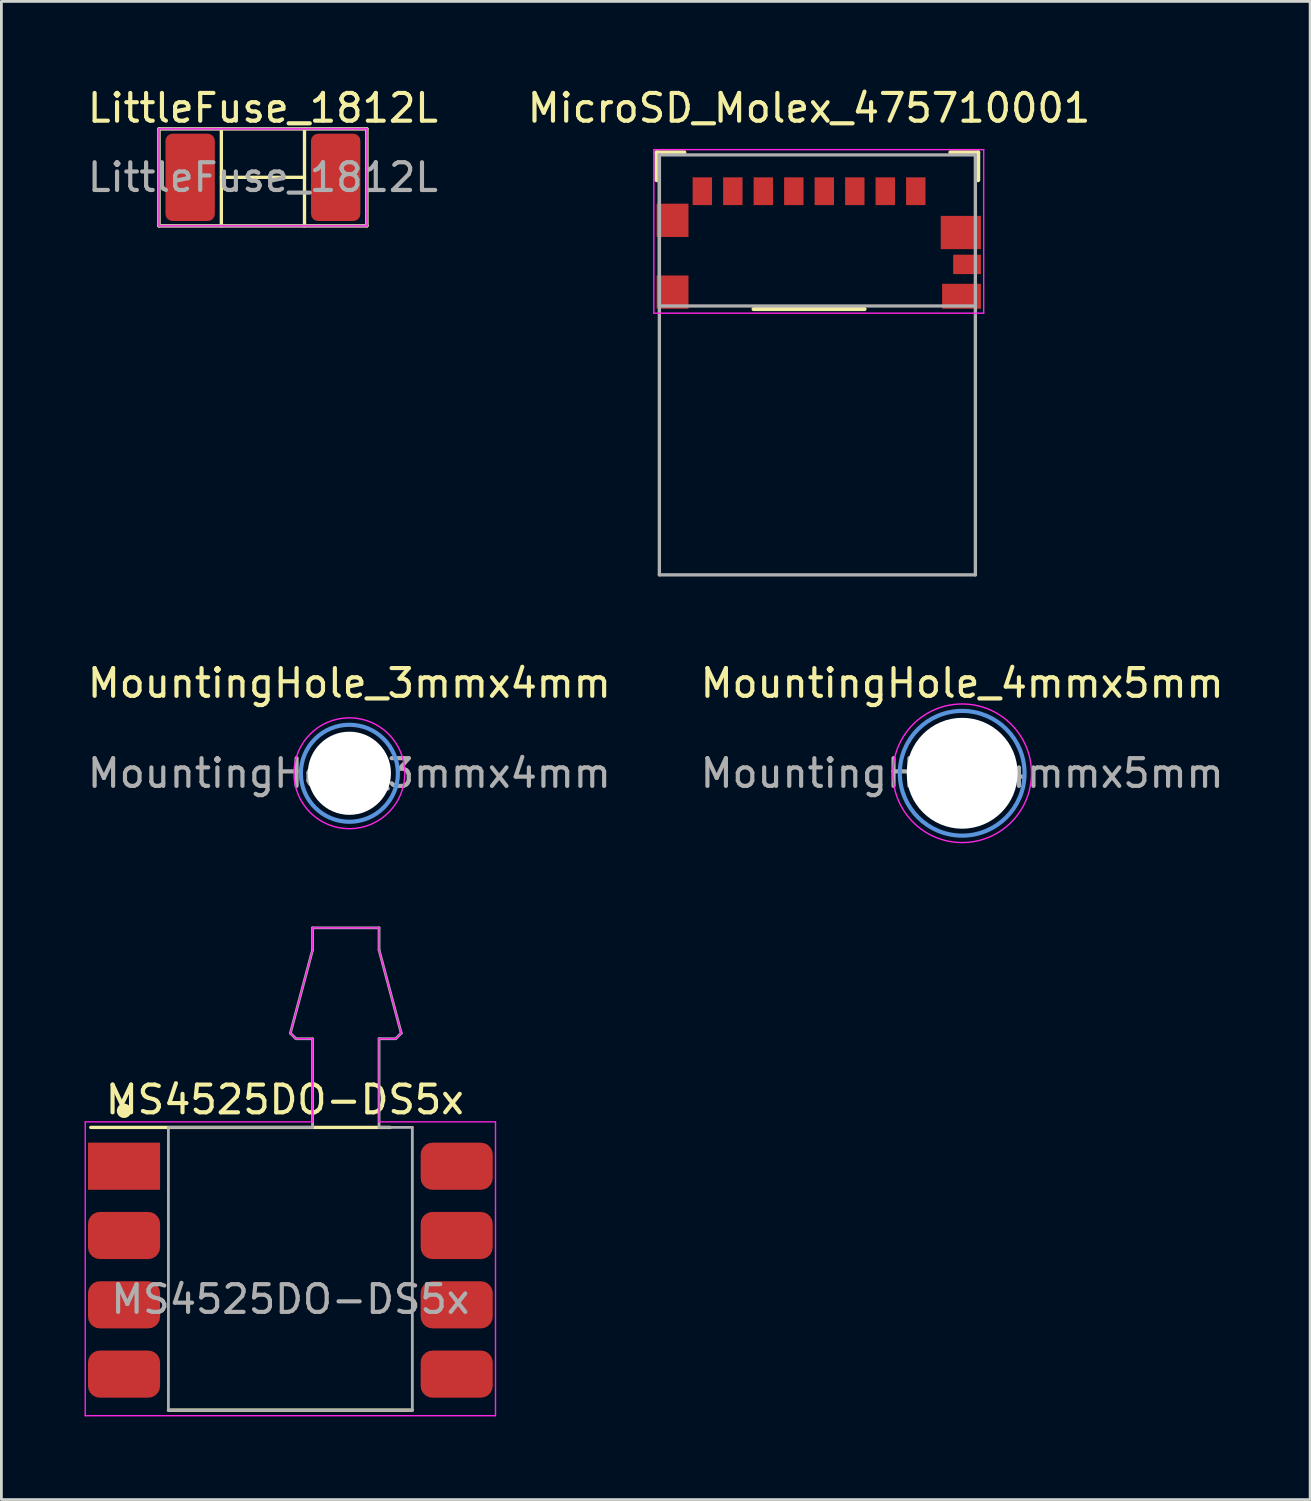
<source format=kicad_pcb>
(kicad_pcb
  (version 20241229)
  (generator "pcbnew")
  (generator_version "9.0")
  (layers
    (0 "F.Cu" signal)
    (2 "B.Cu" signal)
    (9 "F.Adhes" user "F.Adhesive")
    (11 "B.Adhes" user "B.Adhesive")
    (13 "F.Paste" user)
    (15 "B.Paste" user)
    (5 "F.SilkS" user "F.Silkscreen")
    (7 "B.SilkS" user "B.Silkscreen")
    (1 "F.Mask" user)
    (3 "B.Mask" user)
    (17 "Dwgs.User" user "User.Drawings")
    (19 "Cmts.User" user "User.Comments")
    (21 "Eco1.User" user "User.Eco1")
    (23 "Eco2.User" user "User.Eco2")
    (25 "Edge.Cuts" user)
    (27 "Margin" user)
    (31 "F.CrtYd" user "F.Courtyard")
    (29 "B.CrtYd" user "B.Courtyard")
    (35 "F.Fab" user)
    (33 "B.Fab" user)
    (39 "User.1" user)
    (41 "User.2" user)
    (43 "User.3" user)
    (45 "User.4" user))
  (footprint "MS4525DO-DS5x"
    (layer "F.Cu")
    (at 7.425 42.822)
    (property "Reference" "MS4525DO-DS5x" (at -0.2 -6.2 0) (unlocked yes) (layer "F.SilkS") (effects (font (size 1 1) (thickness 0.15))))
    (attr smd)
    (fp_line (start -7.2 -5.2) (end 3.6 -5.2) (stroke (width 0.12) (type solid)) (layer "F.SilkS"))
    (fp_line (start -4.4 5) (end 4.4 5) (stroke (width 0.12) (type solid)) (layer "F.SilkS"))
    (fp_circle (center -6 -5.8) (end -5.8 -5.8) (stroke (width 0.12) (type solid)) (fill yes) (layer "F.SilkS"))
    (fp_line (start -7.4 -5.4) (end -7.4 5.2) (stroke (width 0.05) (type solid)) (layer "F.CrtYd"))
    (fp_line (start -7.4 5.2) (end 7.4 5.2) (stroke (width 0.05) (type solid)) (layer "F.CrtYd"))
    (fp_line (start 0 -8.6) (end 0.2 -8.4) (stroke (width 0.05) (type solid)) (layer "F.CrtYd"))
    (fp_line (start 0.2 -8.4) (end 0.8 -8.4) (stroke (width 0.05) (type solid)) (layer "F.CrtYd"))
    (fp_line (start 0.8 -12.4) (end 0.8 -11.6) (stroke (width 0.05) (type solid)) (layer "F.CrtYd"))
    (fp_line (start 0.8 -11.6) (end 0 -8.6) (stroke (width 0.05) (type solid)) (layer "F.CrtYd"))
    (fp_line (start 0.8 -8.4) (end 0.8 -5.4) (stroke (width 0.05) (type solid)) (layer "F.CrtYd"))
    (fp_line (start 0.8 -5.4) (end -7.4 -5.4) (stroke (width 0.05) (type solid)) (layer "F.CrtYd"))
    (fp_line (start 3.2 -12.4) (end 0.8 -12.4) (stroke (width 0.05) (type solid)) (layer "F.CrtYd"))
    (fp_line (start 3.2 -11.6) (end 3.2 -12.4) (stroke (width 0.05) (type solid)) (layer "F.CrtYd"))
    (fp_line (start 3.2 -8.4) (end 3.8 -8.4) (stroke (width 0.05) (type solid)) (layer "F.CrtYd"))
    (fp_line (start 3.2 -5.4) (end 3.2 -8.4) (stroke (width 0.05) (type solid)) (layer "F.CrtYd"))
    (fp_line (start 3.8 -8.4) (end 4 -8.6) (stroke (width 0.05) (type solid)) (layer "F.CrtYd"))
    (fp_line (start 4 -8.6) (end 3.2 -11.6) (stroke (width 0.05) (type solid)) (layer "F.CrtYd"))
    (fp_line (start 7.4 -5.4) (end 3.2 -5.4) (stroke (width 0.05) (type solid)) (layer "F.CrtYd"))
    (fp_line (start 7.4 5.2) (end 7.4 -5.4) (stroke (width 0.05) (type solid)) (layer "F.CrtYd"))
    (fp_line (start -4.4 -5.2) (end 0.8 -5.2) (stroke (width 0.1) (type solid)) (layer "F.Fab"))
    (fp_line (start -4.4 5) (end -4.4 -5.2) (stroke (width 0.1) (type solid)) (layer "F.Fab"))
    (fp_line (start 0 -8.6) (end 0.8 -11.6) (stroke (width 0.1) (type solid)) (layer "F.Fab"))
    (fp_line (start 0.2 -8.4) (end 0 -8.6) (stroke (width 0.1) (type solid)) (layer "F.Fab"))
    (fp_line (start 0.8 -12.4) (end 3.2 -12.4) (stroke (width 0.1) (type solid)) (layer "F.Fab"))
    (fp_line (start 0.8 -11.6) (end 0.8 -12.4) (stroke (width 0.1) (type solid)) (layer "F.Fab"))
    (fp_line (start 0.8 -8.4) (end 0.2 -8.4) (stroke (width 0.1) (type solid)) (layer "F.Fab"))
    (fp_line (start 0.8 -5.2) (end 0.8 -8.4) (stroke (width 0.1) (type solid)) (layer "F.Fab"))
    (fp_line (start 3.2 -12.4) (end 3.2 -11.6) (stroke (width 0.1) (type solid)) (layer "F.Fab"))
    (fp_line (start 3.2 -11.6) (end 4 -8.6) (stroke (width 0.1) (type solid)) (layer "F.Fab"))
    (fp_line (start 3.2 -8.4) (end 3.2 -5.2) (stroke (width 0.1) (type solid)) (layer "F.Fab"))
    (fp_line (start 3.2 -5.2) (end 4.4 -5.2) (stroke (width 0.1) (type solid)) (layer "F.Fab"))
    (fp_line (start 3.8 -8.4) (end 3.2 -8.4) (stroke (width 0.1) (type solid)) (layer "F.Fab"))
    (fp_line (start 4 -8.6) (end 3.8 -8.4) (stroke (width 0.1) (type solid)) (layer "F.Fab"))
    (fp_line (start 4.4 -5.2) (end 4.4 5) (stroke (width 0.1) (type solid)) (layer "F.Fab"))
    (fp_line (start 4.4 5) (end -4.4 5) (stroke (width 0.1) (type solid)) (layer "F.Fab"))
    (fp_text user "${REFERENCE}" (at 0 1 0) (unlocked yes) (layer "F.Fab") (effects (font (size 1 1) (thickness 0.15))))
    (pad "1" smd rect (at -6 -3.8) (size 2.6 1.7) (layers "F.Cu" "F.Mask" "F.Paste"))
    (pad "2" smd roundrect (at -6 -1.3) (size 2.6 1.7) (layers "F.Cu" "F.Mask" "F.Paste") (roundrect_rratio 0.25))
    (pad "3" smd roundrect (at -6 1.2) (size 2.6 1.7) (layers "F.Cu" "F.Mask" "F.Paste") (roundrect_rratio 0.25))
    (pad "4" smd roundrect (at -6 3.7) (size 2.6 1.7) (layers "F.Cu" "F.Mask" "F.Paste") (roundrect_rratio 0.25))
    (pad "5" smd roundrect (at 6 3.7) (size 2.6 1.7) (layers "F.Cu" "F.Mask" "F.Paste") (roundrect_rratio 0.25))
    (pad "6" smd roundrect (at 6 1.2) (size 2.6 1.7) (layers "F.Cu" "F.Mask" "F.Paste") (roundrect_rratio 0.25))
    (pad "7" smd roundrect (at 6 -1.3) (size 2.6 1.7) (layers "F.Cu" "F.Mask" "F.Paste") (roundrect_rratio 0.25))
    (pad "8" smd roundrect (at 6 -3.8) (size 2.6 1.7) (layers "F.Cu" "F.Mask" "F.Paste") (roundrect_rratio 0.25)))
  (footprint "MicroSD_Molex_475710001"
    (layer "F.Cu")
    (at 26.137 3.848)
    (property "Reference" "MicroSD_Molex_475710001" (at 0 -3 0) (layer "F.SilkS") (effects (font (size 1 1) (thickness 0.15))))
    (attr smd)
    (fp_line (start -5.5 -1.4) (end -4.5 -1.4) (stroke (width 0.15) (type solid)) (layer "F.SilkS"))
    (fp_line (start -5.5 -0.4) (end -5.5 -1.4) (stroke (width 0.15) (type solid)) (layer "F.SilkS"))
    (fp_line (start -2 4.25) (end 2 4.25) (stroke (width 0.15) (type solid)) (layer "F.SilkS"))
    (fp_line (start 6.1 -1.4) (end 5.1 -1.4) (stroke (width 0.15) (type solid)) (layer "F.SilkS"))
    (fp_line (start 6.1 -0.4) (end 6.1 -1.4) (stroke (width 0.15) (type solid)) (layer "F.SilkS"))
    (fp_line (start -5.6 -1.5) (end -5.6 4.4) (stroke (width 0.05) (type solid)) (layer "F.CrtYd"))
    (fp_line (start -5.6 4.4) (end 6.3 4.4) (stroke (width 0.05) (type solid)) (layer "F.CrtYd"))
    (fp_line (start 6.3 -1.5) (end -5.6 -1.5) (stroke (width 0.05) (type solid)) (layer "F.CrtYd"))
    (fp_line (start 6.3 4.4) (end 6.3 -1.5) (stroke (width 0.05) (type solid)) (layer "F.CrtYd"))
    (fp_line (start -5.4 -1.31) (end -5.4 4.14) (stroke (width 0.12) (type solid)) (layer "F.Fab"))
    (fp_line (start -5.4 -1.31) (end -5.4 13.84) (stroke (width 0.12) (type solid)) (layer "F.Fab"))
    (fp_line (start -5.4 13.84) (end 6 13.84) (stroke (width 0.12) (type solid)) (layer "F.Fab"))
    (fp_line (start 6 -1.31) (end -5.4 -1.31) (stroke (width 0.12) (type solid)) (layer "F.Fab"))
    (fp_line (start 6 -1.31) (end 6 4.14) (stroke (width 0.12) (type solid)) (layer "F.Fab"))
    (fp_line (start 6 4.14) (end -5.4 4.14) (stroke (width 0.12) (type solid)) (layer "F.Fab"))
    (fp_line (start 6 4.14) (end 6 13.84) (stroke (width 0.12) (type solid)) (layer "F.Fab"))
    (pad "1" smd rect (at 3.85 0) (size 0.7 1) (layers "F.Cu" "F.Mask" "F.Paste"))
    (pad "2" smd rect (at 2.75 0) (size 0.7 1) (layers "F.Cu" "F.Mask" "F.Paste"))
    (pad "3" smd rect (at 1.65 0) (size 0.7 1) (layers "F.Cu" "F.Mask" "F.Paste"))
    (pad "4" smd rect (at 0.55 0) (size 0.7 1) (layers "F.Cu" "F.Mask" "F.Paste"))
    (pad "5" smd rect (at -0.55 0) (size 0.7 1) (layers "F.Cu" "F.Mask" "F.Paste"))
    (pad "6" smd rect (at -1.65 0) (size 0.7 1) (layers "F.Cu" "F.Mask" "F.Paste"))
    (pad "7" smd rect (at -2.75 0) (size 0.7 1) (layers "F.Cu" "F.Mask" "F.Paste"))
    (pad "8" smd rect (at -3.85 0) (size 0.7 1) (layers "F.Cu" "F.Mask" "F.Paste"))
    (pad "9" smd rect (at -4.925 1.05) (size 1.15 1.2) (layers "F.Cu" "F.Mask" "F.Paste"))
    (pad "9" smd rect (at -4.925 3.64) (size 1.15 1.2) (layers "F.Cu" "F.Mask" "F.Paste"))
    (pad "9" smd rect (at 5.475 1.49) (size 1.45 1.2) (layers "F.Cu" "F.Mask" "F.Paste"))
    (pad "G4" smd rect (at 5.7 2.64) (size 1 0.7) (layers "F.Cu" "F.Mask" "F.Paste"))
    (pad "G5" smd rect (at 5.5 3.79) (size 1.4 0.9) (layers "F.Cu" "F.Mask" "F.Paste")))
  (footprint "LittleFuse_1812L"
    (layer "F.Cu")
    (at 6.435 3.348)
    (property "Reference" "LittleFuse_1812L" (at 0 -2.5 0) (unlocked yes) (layer "F.SilkS") (effects (font (size 1 1) (thickness 0.15))))
    (attr smd)
    (fp_line (start -3.75 -1.75) (end -3.75 1.75) (stroke (width 0.12) (type solid)) (layer "F.SilkS"))
    (fp_line (start -3.75 1.75) (end 3.75 1.75) (stroke (width 0.12) (type solid)) (layer "F.SilkS"))
    (fp_line (start -1.5 -1.75) (end -1.5 1.75) (stroke (width 0.12) (type solid)) (layer "F.SilkS"))
    (fp_line (start -1.5 0) (end 1.5 0) (stroke (width 0.12) (type solid)) (layer "F.SilkS"))
    (fp_line (start 1.5 1.75) (end 1.5 -1.75) (stroke (width 0.12) (type solid)) (layer "F.SilkS"))
    (fp_line (start 3.75 -1.75) (end -3.75 -1.75) (stroke (width 0.12) (type solid)) (layer "F.SilkS"))
    (fp_line (start 3.75 1.75) (end 3.75 -1.75) (stroke (width 0.12) (type solid)) (layer "F.SilkS"))
    (fp_line (start -3.75 -1.75) (end -3.75 1.75) (stroke (width 0.05) (type solid)) (layer "F.CrtYd"))
    (fp_line (start -3.75 1.75) (end 3.75 1.75) (stroke (width 0.05) (type solid)) (layer "F.CrtYd"))
    (fp_line (start 3.75 -1.75) (end -3.75 -1.75) (stroke (width 0.05) (type solid)) (layer "F.CrtYd"))
    (fp_line (start 3.75 1.75) (end 3.75 -1.75) (stroke (width 0.05) (type solid)) (layer "F.CrtYd"))
    (fp_line (start -3.75 -1.75) (end 3.75 -1.75) (stroke (width 0.1) (type solid)) (layer "F.Fab"))
    (fp_line (start -3.75 1.75) (end -3.75 -1.75) (stroke (width 0.1) (type solid)) (layer "F.Fab"))
    (fp_line (start 3.75 -1.75) (end 3.75 1.75) (stroke (width 0.1) (type solid)) (layer "F.Fab"))
    (fp_line (start 3.75 1.75) (end -3.75 1.75) (stroke (width 0.1) (type solid)) (layer "F.Fab"))
    (fp_text user "${REFERENCE}" (at 0 0 0) (unlocked yes) (layer "F.Fab") (effects (font (size 1 1) (thickness 0.15))))
    (pad "1" smd roundrect (at -2.625 0) (size 1.78 3.15) (layers "F.Cu" "F.Mask" "F.Paste") (roundrect_rratio 0.143))
    (pad "2" smd roundrect (at 2.625 0) (size 1.78 3.15) (layers "F.Cu" "F.Mask" "F.Paste") (roundrect_rratio 0.143)))
  (footprint "MountingHole_4mmx5mm"
    (layer "F.Cu")
    (at 31.661 24.846)
    (property "Reference" "MountingHole_4mmx5mm" (at 0 -3.25 0) (layer "F.SilkS") (effects (font (size 1 1) (thickness 0.15))))
    (attr exclude_from_pos_files exclude_from_bom)
    (fp_circle (center 0 0) (end 2.25 0) (stroke (width 0.15) (type solid)) (fill no) (layer "Cmts.User"))
    (fp_circle (center 0 0) (end 2.5 0) (stroke (width 0.05) (type solid)) (fill no) (layer "F.CrtYd"))
    (fp_text user "${REFERENCE}" (at 0 0 0) (layer "F.Fab") (effects (font (size 1 1) (thickness 0.15))))
    (pad "" np_thru_hole circle (at 0 0) (size 4 4) (drill 4) (layers "*.Cu" "*.Mask")))
  (footprint "MountingHole_3mmx4mm"
    (layer "F.Cu")
    (at 9.554 24.846)
    (property "Reference" "MountingHole_3mmx4mm" (at 0 -3.25 0) (layer "F.SilkS") (effects (font (size 1 1) (thickness 0.15))))
    (attr exclude_from_pos_files exclude_from_bom)
    (fp_circle (center 0 0) (end 1.75 0) (stroke (width 0.15) (type solid)) (fill no) (layer "Cmts.User"))
    (fp_circle (center 0 0) (end 2 0) (stroke (width 0.05) (type solid)) (fill no) (layer "F.CrtYd"))
    (fp_text user "${REFERENCE}" (at 0 0 0) (layer "F.Fab") (effects (font (size 1 1) (thickness 0.15))))
    (pad "" np_thru_hole circle (at 0 0) (size 3 3) (drill 3) (layers "*.Cu" "*.Mask")))
  (gr_rect
    (start -3 -3)
    (end 44.214 51.047)
    (stroke (width 0.1) (type default))
    (fill no)
    (layer "Edge.Cuts")))
</source>
